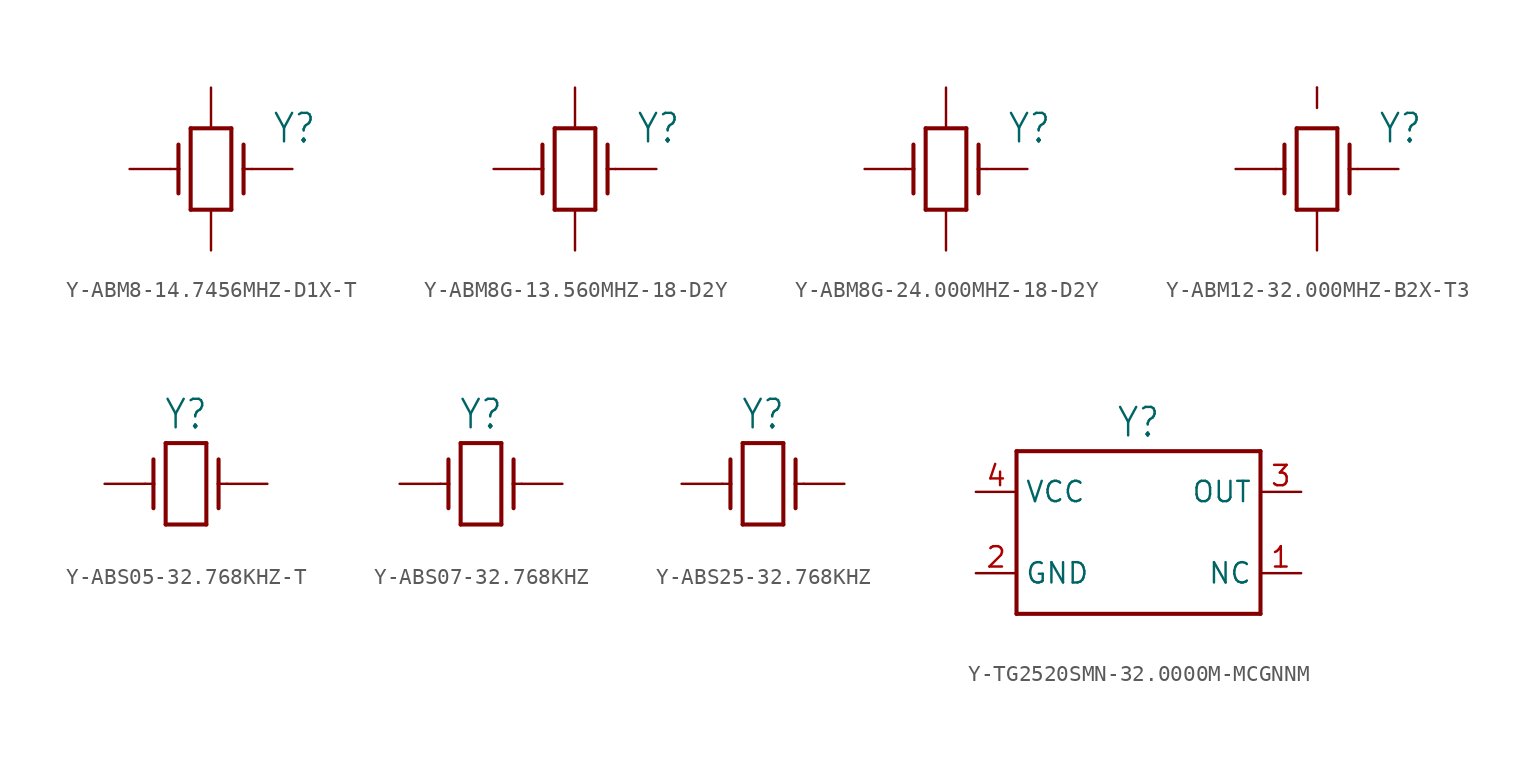
<source format=kicad_sym>
(kicad_symbol_lib
  (version 20231120)
  (generator "kicad_symbol_editor")
  (generator_version "8.0")
  (symbol "Y-ABM8-14.7456MHZ-D1X-T"
    (property "Reference" "Y"
      (at 3.81 2.54 0)
      (effects (font (size 1.778 1.511)) (justify left)))
    (property "Value" ""
      (at 3.81 -2.54 0)
      (effects (font (size 1.778 1.511)) (justify left)))
    (property "ki_locked" ""
      (at 0 0 0)
      (effects (font (size 1.27 1.27))))
    (symbol "Y-ABM8-14.7456MHZ-D1X-T_1_0"
      (polyline (pts (xy -2.54 0) (xy -2.032 0)) (stroke (width 0.152) (type solid)) (fill (type none)))
      (polyline (pts (xy -2.032 0) (xy -2.032 -1.524)) (stroke (width 0.254) (type solid)) (fill (type none)))
      (polyline (pts (xy -2.032 1.524) (xy -2.032 0)) (stroke (width 0.254) (type solid)) (fill (type none)))
      (polyline (pts (xy -1.27 -2.54) (xy 1.27 -2.54)) (stroke (width 0.254) (type solid)) (fill (type none)))
      (polyline (pts (xy -1.27 2.54) (xy -1.27 -2.54)) (stroke (width 0.254) (type solid)) (fill (type none)))
      (polyline (pts (xy 1.27 2.54) (xy -1.27 2.54)) (stroke (width 0.254) (type solid)) (fill (type none)))
      (polyline (pts (xy 1.27 2.54) (xy 1.27 -2.54)) (stroke (width 0.254) (type solid)) (fill (type none)))
      (polyline (pts (xy 2.032 0) (xy 2.032 -1.524)) (stroke (width 0.254) (type solid)) (fill (type none)))
      (polyline (pts (xy 2.032 1.524) (xy 2.032 0)) (stroke (width 0.254) (type solid)) (fill (type none)))
      (polyline (pts (xy 2.54 0) (xy 2.032 0)) (stroke (width 0.152) (type solid)) (fill (type none)))
      (pin passive line (at -5.08 0 0) (length 2.54) (name "Y1" (effects (font (size 0 0)))) (number "1" (effects (font (size 0 0)))))
      (pin passive line (at 0 5.08 270) (length 2.54) (name "GND1" (effects (font (size 0 0)))) (number "2" (effects (font (size 0 0)))))
      (pin passive line (at 5.08 0 180) (length 2.54) (name "Y2" (effects (font (size 0 0)))) (number "3" (effects (font (size 0 0)))))
      (pin passive line (at 0 -5.08 90) (length 2.54) (name "GND2" (effects (font (size 0 0)))) (number "4" (effects (font (size 0 0)))))))
  (symbol "Y-ABM8G-13.560MHZ-18-D2Y"
    (property "Reference" "Y"
      (at 3.81 2.54 0)
      (effects (font (size 1.778 1.511)) (justify left)))
    (property "Value" ""
      (at 3.81 -2.54 0)
      (effects (font (size 1.778 1.511)) (justify left)))
    (property "ki_locked" ""
      (at 0 0 0)
      (effects (font (size 1.27 1.27))))
    (symbol "Y-ABM8G-13.560MHZ-18-D2Y_1_0"
      (polyline (pts (xy -2.54 0) (xy -2.032 0)) (stroke (width 0.152) (type solid)) (fill (type none)))
      (polyline (pts (xy -2.032 0) (xy -2.032 -1.524)) (stroke (width 0.254) (type solid)) (fill (type none)))
      (polyline (pts (xy -2.032 1.524) (xy -2.032 0)) (stroke (width 0.254) (type solid)) (fill (type none)))
      (polyline (pts (xy -1.27 -2.54) (xy 1.27 -2.54)) (stroke (width 0.254) (type solid)) (fill (type none)))
      (polyline (pts (xy -1.27 2.54) (xy -1.27 -2.54)) (stroke (width 0.254) (type solid)) (fill (type none)))
      (polyline (pts (xy 1.27 2.54) (xy -1.27 2.54)) (stroke (width 0.254) (type solid)) (fill (type none)))
      (polyline (pts (xy 1.27 2.54) (xy 1.27 -2.54)) (stroke (width 0.254) (type solid)) (fill (type none)))
      (polyline (pts (xy 2.032 0) (xy 2.032 -1.524)) (stroke (width 0.254) (type solid)) (fill (type none)))
      (polyline (pts (xy 2.032 1.524) (xy 2.032 0)) (stroke (width 0.254) (type solid)) (fill (type none)))
      (polyline (pts (xy 2.54 0) (xy 2.032 0)) (stroke (width 0.152) (type solid)) (fill (type none)))
      (pin passive line (at -5.08 0 0) (length 2.54) (name "Y1" (effects (font (size 0 0)))) (number "1" (effects (font (size 0 0)))))
      (pin passive line (at 0 5.08 270) (length 2.54) (name "GND1" (effects (font (size 0 0)))) (number "2" (effects (font (size 0 0)))))
      (pin passive line (at 5.08 0 180) (length 2.54) (name "Y2" (effects (font (size 0 0)))) (number "3" (effects (font (size 0 0)))))
      (pin passive line (at 0 -5.08 90) (length 2.54) (name "GND2" (effects (font (size 0 0)))) (number "4" (effects (font (size 0 0)))))))
  (symbol "Y-ABM8G-24.000MHZ-18-D2Y"
    (property "Reference" "Y"
      (at 3.81 2.54 0)
      (effects (font (size 1.778 1.511)) (justify left)))
    (property "Value" ""
      (at 3.81 -2.54 0)
      (effects (font (size 1.778 1.511)) (justify left)))
    (property "ki_locked" ""
      (at 0 0 0)
      (effects (font (size 1.27 1.27))))
    (symbol "Y-ABM8G-24.000MHZ-18-D2Y_1_0"
      (polyline (pts (xy -2.54 0) (xy -2.032 0)) (stroke (width 0.152) (type solid)) (fill (type none)))
      (polyline (pts (xy -2.032 0) (xy -2.032 -1.524)) (stroke (width 0.254) (type solid)) (fill (type none)))
      (polyline (pts (xy -2.032 1.524) (xy -2.032 0)) (stroke (width 0.254) (type solid)) (fill (type none)))
      (polyline (pts (xy -1.27 -2.54) (xy 1.27 -2.54)) (stroke (width 0.254) (type solid)) (fill (type none)))
      (polyline (pts (xy -1.27 2.54) (xy -1.27 -2.54)) (stroke (width 0.254) (type solid)) (fill (type none)))
      (polyline (pts (xy 1.27 2.54) (xy -1.27 2.54)) (stroke (width 0.254) (type solid)) (fill (type none)))
      (polyline (pts (xy 1.27 2.54) (xy 1.27 -2.54)) (stroke (width 0.254) (type solid)) (fill (type none)))
      (polyline (pts (xy 2.032 0) (xy 2.032 -1.524)) (stroke (width 0.254) (type solid)) (fill (type none)))
      (polyline (pts (xy 2.032 1.524) (xy 2.032 0)) (stroke (width 0.254) (type solid)) (fill (type none)))
      (polyline (pts (xy 2.54 0) (xy 2.032 0)) (stroke (width 0.152) (type solid)) (fill (type none)))
      (pin passive line (at -5.08 0 0) (length 2.54) (name "Y1" (effects (font (size 0 0)))) (number "1" (effects (font (size 0 0)))))
      (pin passive line (at 0 5.08 270) (length 2.54) (name "GND1" (effects (font (size 0 0)))) (number "2" (effects (font (size 0 0)))))
      (pin passive line (at 5.08 0 180) (length 2.54) (name "Y2" (effects (font (size 0 0)))) (number "3" (effects (font (size 0 0)))))
      (pin passive line (at 0 -5.08 90) (length 2.54) (name "GND2" (effects (font (size 0 0)))) (number "4" (effects (font (size 0 0)))))))
  (symbol "Y-ABM12-32.000MHZ-B2X-T3"
    (property "Reference" "Y"
      (at 3.81 2.54 0)
      (effects (font (size 1.778 1.511)) (justify left)))
    (property "Value" ""
      (at 3.81 -2.54 0)
      (effects (font (size 1.778 1.511)) (justify left)))
    (property "ki_locked" ""
      (at 0 0 0)
      (effects (font (size 1.27 1.27))))
    (symbol "Y-ABM12-32.000MHZ-B2X-T3_1_0"
      (polyline (pts (xy -2.54 0) (xy -2.032 0)) (stroke (width 0.152) (type solid)) (fill (type none)))
      (polyline (pts (xy -2.032 0) (xy -2.032 -1.524)) (stroke (width 0.254) (type solid)) (fill (type none)))
      (polyline (pts (xy -2.032 1.524) (xy -2.032 0)) (stroke (width 0.254) (type solid)) (fill (type none)))
      (polyline (pts (xy -1.27 -2.54) (xy 1.27 -2.54)) (stroke (width 0.254) (type solid)) (fill (type none)))
      (polyline (pts (xy -1.27 2.54) (xy -1.27 -2.54)) (stroke (width 0.254) (type solid)) (fill (type none)))
      (polyline (pts (xy 0 5.08) (xy 0 3.81)) (stroke (width 0.152) (type solid)) (fill (type none)))
      (polyline (pts (xy 1.27 2.54) (xy -1.27 2.54)) (stroke (width 0.254) (type solid)) (fill (type none)))
      (polyline (pts (xy 1.27 2.54) (xy 1.27 -2.54)) (stroke (width 0.254) (type solid)) (fill (type none)))
      (polyline (pts (xy 2.032 0) (xy 2.032 -1.524)) (stroke (width 0.254) (type solid)) (fill (type none)))
      (polyline (pts (xy 2.032 1.524) (xy 2.032 0)) (stroke (width 0.254) (type solid)) (fill (type none)))
      (polyline (pts (xy 2.54 0) (xy 2.032 0)) (stroke (width 0.152) (type solid)) (fill (type none)))
      (pin passive line (at -5.08 0 0) (length 2.54) (name "Y1" (effects (font (size 0 0)))) (number "1" (effects (font (size 0 0)))))
      (pin passive line (at 0 -5.08 90) (length 2.54) (name "GND" (effects (font (size 0 0)))) (number "2" (effects (font (size 0 0)))))
      (pin passive line (at 5.08 0 180) (length 2.54) (name "Y2" (effects (font (size 0 0)))) (number "3" (effects (font (size 0 0)))))
      (pin passive line (at 0 5.08 270) (length 0) (name "NC1" (effects (font (size 0 0)))) (number "4" (effects (font (size 0 0)))))))
  (symbol "Y-ABS05-32.768KHZ-T"
    (property "Reference" "Y"
      (at 0 3.302 0)
      (effects (font (size 1.778 1.511)) (justify bottom)))
    (property "Value" ""
      (at 0 -3.302 0)
      (effects (font (size 1.778 1.511)) (justify top)))
    (property "ki_locked" ""
      (at 0 0 0)
      (effects (font (size 1.27 1.27))))
    (symbol "Y-ABS05-32.768KHZ-T_1_0"
      (polyline (pts (xy -2.54 0) (xy -2.032 0)) (stroke (width 0.152) (type solid)) (fill (type none)))
      (polyline (pts (xy -2.032 -1.524) (xy -2.032 0)) (stroke (width 0.254) (type solid)) (fill (type none)))
      (polyline (pts (xy -2.032 0) (xy -2.032 1.524)) (stroke (width 0.254) (type solid)) (fill (type none)))
      (polyline (pts (xy -1.27 -2.54) (xy -1.27 2.54)) (stroke (width 0.254) (type solid)) (fill (type none)))
      (polyline (pts (xy -1.27 2.54) (xy 1.27 2.54)) (stroke (width 0.254) (type solid)) (fill (type none)))
      (polyline (pts (xy 1.27 -2.54) (xy -1.27 -2.54)) (stroke (width 0.254) (type solid)) (fill (type none)))
      (polyline (pts (xy 1.27 2.54) (xy 1.27 -2.54)) (stroke (width 0.254) (type solid)) (fill (type none)))
      (polyline (pts (xy 2.032 0) (xy 2.032 -1.524)) (stroke (width 0.254) (type solid)) (fill (type none)))
      (polyline (pts (xy 2.032 0) (xy 2.54 0)) (stroke (width 0.152) (type solid)) (fill (type none)))
      (polyline (pts (xy 2.032 1.524) (xy 2.032 0)) (stroke (width 0.254) (type solid)) (fill (type none)))
      (pin passive line (at -5.08 0 0) (length 2.54) (name "1" (effects (font (size 0 0)))) (number "1" (effects (font (size 0 0)))))
      (pin passive line (at 5.08 0 180) (length 2.54) (name "2" (effects (font (size 0 0)))) (number "2" (effects (font (size 0 0)))))))
  (symbol "Y-ABS07-32.768KHZ"
    (property "Reference" "Y"
      (at 0 3.302 0)
      (effects (font (size 1.778 1.511)) (justify bottom)))
    (property "Value" ""
      (at 0 -3.302 0)
      (effects (font (size 1.778 1.511)) (justify top)))
    (property "ki_locked" ""
      (at 0 0 0)
      (effects (font (size 1.27 1.27))))
    (symbol "Y-ABS07-32.768KHZ_1_0"
      (polyline (pts (xy -2.54 0) (xy -2.032 0)) (stroke (width 0.152) (type solid)) (fill (type none)))
      (polyline (pts (xy -2.032 -1.524) (xy -2.032 0)) (stroke (width 0.254) (type solid)) (fill (type none)))
      (polyline (pts (xy -2.032 0) (xy -2.032 1.524)) (stroke (width 0.254) (type solid)) (fill (type none)))
      (polyline (pts (xy -1.27 -2.54) (xy -1.27 2.54)) (stroke (width 0.254) (type solid)) (fill (type none)))
      (polyline (pts (xy -1.27 2.54) (xy 1.27 2.54)) (stroke (width 0.254) (type solid)) (fill (type none)))
      (polyline (pts (xy 1.27 -2.54) (xy -1.27 -2.54)) (stroke (width 0.254) (type solid)) (fill (type none)))
      (polyline (pts (xy 1.27 2.54) (xy 1.27 -2.54)) (stroke (width 0.254) (type solid)) (fill (type none)))
      (polyline (pts (xy 2.032 0) (xy 2.032 -1.524)) (stroke (width 0.254) (type solid)) (fill (type none)))
      (polyline (pts (xy 2.032 0) (xy 2.54 0)) (stroke (width 0.152) (type solid)) (fill (type none)))
      (polyline (pts (xy 2.032 1.524) (xy 2.032 0)) (stroke (width 0.254) (type solid)) (fill (type none)))
      (pin passive line (at 5.08 0 180) (length 2.54) (name "2" (effects (font (size 0 0)))) (number "1" (effects (font (size 0 0)))))
      (pin passive line (at -5.08 0 0) (length 2.54) (name "1" (effects (font (size 0 0)))) (number "2" (effects (font (size 0 0)))))))
  (symbol "Y-ABS25-32.768KHZ"
    (property "Reference" "Y"
      (at 0 3.302 0)
      (effects (font (size 1.778 1.511)) (justify bottom)))
    (property "Value" ""
      (at 0 -3.302 0)
      (effects (font (size 1.778 1.511)) (justify top)))
    (property "ki_locked" ""
      (at 0 0 0)
      (effects (font (size 1.27 1.27))))
    (symbol "Y-ABS25-32.768KHZ_1_0"
      (polyline (pts (xy -2.54 0) (xy -2.032 0)) (stroke (width 0.152) (type solid)) (fill (type none)))
      (polyline (pts (xy -2.032 -1.524) (xy -2.032 0)) (stroke (width 0.254) (type solid)) (fill (type none)))
      (polyline (pts (xy -2.032 0) (xy -2.032 1.524)) (stroke (width 0.254) (type solid)) (fill (type none)))
      (polyline (pts (xy -1.27 -2.54) (xy -1.27 2.54)) (stroke (width 0.254) (type solid)) (fill (type none)))
      (polyline (pts (xy -1.27 2.54) (xy 1.27 2.54)) (stroke (width 0.254) (type solid)) (fill (type none)))
      (polyline (pts (xy 1.27 -2.54) (xy -1.27 -2.54)) (stroke (width 0.254) (type solid)) (fill (type none)))
      (polyline (pts (xy 1.27 2.54) (xy 1.27 -2.54)) (stroke (width 0.254) (type solid)) (fill (type none)))
      (polyline (pts (xy 2.032 0) (xy 2.032 -1.524)) (stroke (width 0.254) (type solid)) (fill (type none)))
      (polyline (pts (xy 2.032 0) (xy 2.54 0)) (stroke (width 0.152) (type solid)) (fill (type none)))
      (polyline (pts (xy 2.032 1.524) (xy 2.032 0)) (stroke (width 0.254) (type solid)) (fill (type none)))
      (pin passive line (at 5.08 0 180) (length 2.54) (name "2" (effects (font (size 0 0)))) (number "1" (effects (font (size 0 0)))))
      (pin passive line (at -5.08 0 0) (length 2.54) (name "1" (effects (font (size 0 0)))) (number "4" (effects (font (size 0 0)))))))
  (symbol "Y-TG2520SMN-32.0000M-MCGNNM"
    (property "Reference" "Y"
      (at 0 5.842 0)
      (effects (font (size 1.778 1.511)) (justify bottom)))
    (property "Value" ""
      (at 0 -5.842 0)
      (effects (font (size 1.778 1.511)) (justify top)))
    (property "ki_locked" ""
      (at 0 0 0)
      (effects (font (size 1.27 1.27))))
    (symbol "Y-TG2520SMN-32.0000M-MCGNNM_1_0"
      (polyline (pts (xy -7.62 -5.08) (xy -7.62 5.08)) (stroke (width 0.254) (type solid)) (fill (type none)))
      (polyline (pts (xy -7.62 5.08) (xy 7.62 5.08)) (stroke (width 0.254) (type solid)) (fill (type none)))
      (polyline (pts (xy 7.62 -5.08) (xy -7.62 -5.08)) (stroke (width 0.254) (type solid)) (fill (type none)))
      (polyline (pts (xy 7.62 5.08) (xy 7.62 -5.08)) (stroke (width 0.254) (type solid)) (fill (type none)))
      (pin passive line (at 10.16 -2.54 180) (length 2.54) (name "NC" (effects (font (size 1.27 1.27)))) (number "1" (effects (font (size 1.27 1.27)))))
      (pin passive line (at -10.16 -2.54 0) (length 2.54) (name "GND" (effects (font (size 1.27 1.27)))) (number "2" (effects (font (size 1.27 1.27)))))
      (pin passive line (at 10.16 2.54 180) (length 2.54) (name "OUT" (effects (font (size 1.27 1.27)))) (number "3" (effects (font (size 1.27 1.27)))))
      (pin passive line (at -10.16 2.54 0) (length 2.54) (name "VCC" (effects (font (size 1.27 1.27)))) (number "4" (effects (font (size 1.27 1.27))))))))
</source>
